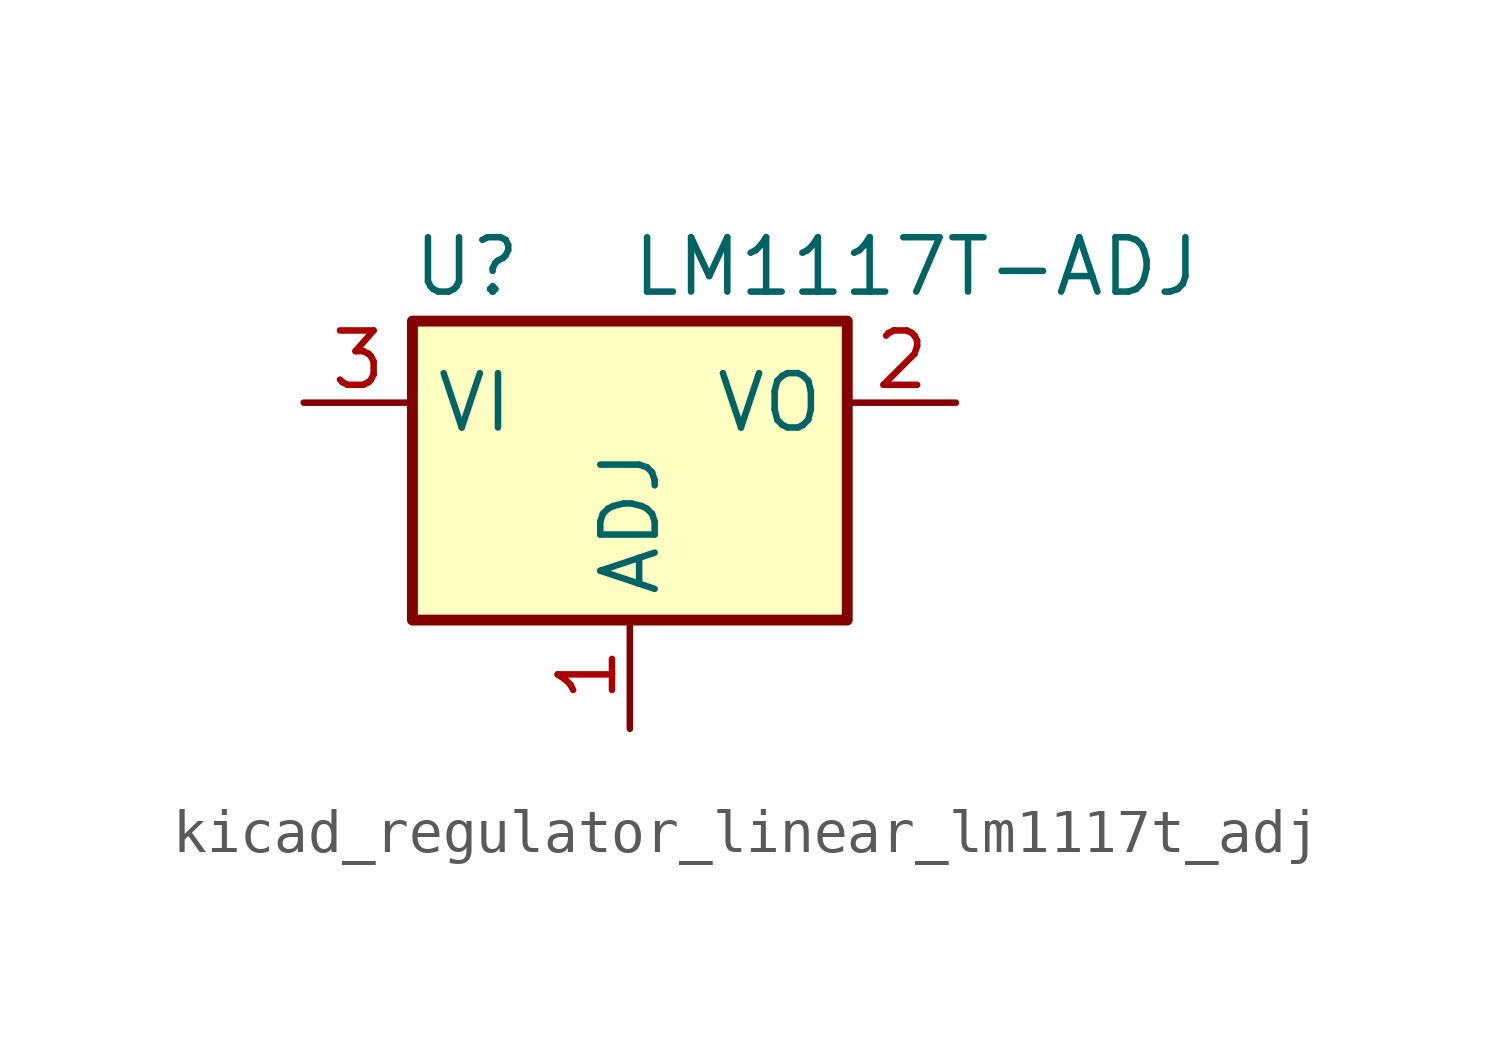
<source format=kicad_sym>
(kicad_symbol_lib
  (version 20220914)
  (generator kicad_symbol_editor)
  (symbol "kicad_regulator_linear_lm1117t_adj"
    (property "Reference" "U"
      (at -3.81 3.175 0)
      (effects (font (size 1.27 1.27))))
    (property "Value" "LM1117T-ADJ"
      (at 0 3.175 0)
      (effects (font (size 1.27 1.27)) (justify left)))
    (symbol "kicad_regulator_linear_lm1117t_adj_0_1"
      (rectangle (start -5.08 -5.08) (end 5.08 1.905) (stroke (width 0.254) (type default)) (fill (type background))))
    (symbol "kicad_regulator_linear_lm1117t_adj_1_1"
      (pin input line (at 0 -7.62 90) (length 2.54) (name "ADJ" (effects (font (size 1.27 1.27)))) (number "1" (effects (font (size 1.27 1.27)))))
      (pin power_out line (at 7.62 0 180) (length 2.54) (name "VO" (effects (font (size 1.27 1.27)))) (number "2" (effects (font (size 1.27 1.27)))))
      (pin power_in line (at -7.62 0 0) (length 2.54) (name "VI" (effects (font (size 1.27 1.27)))) (number "3" (effects (font (size 1.27 1.27))))))))
</source>
